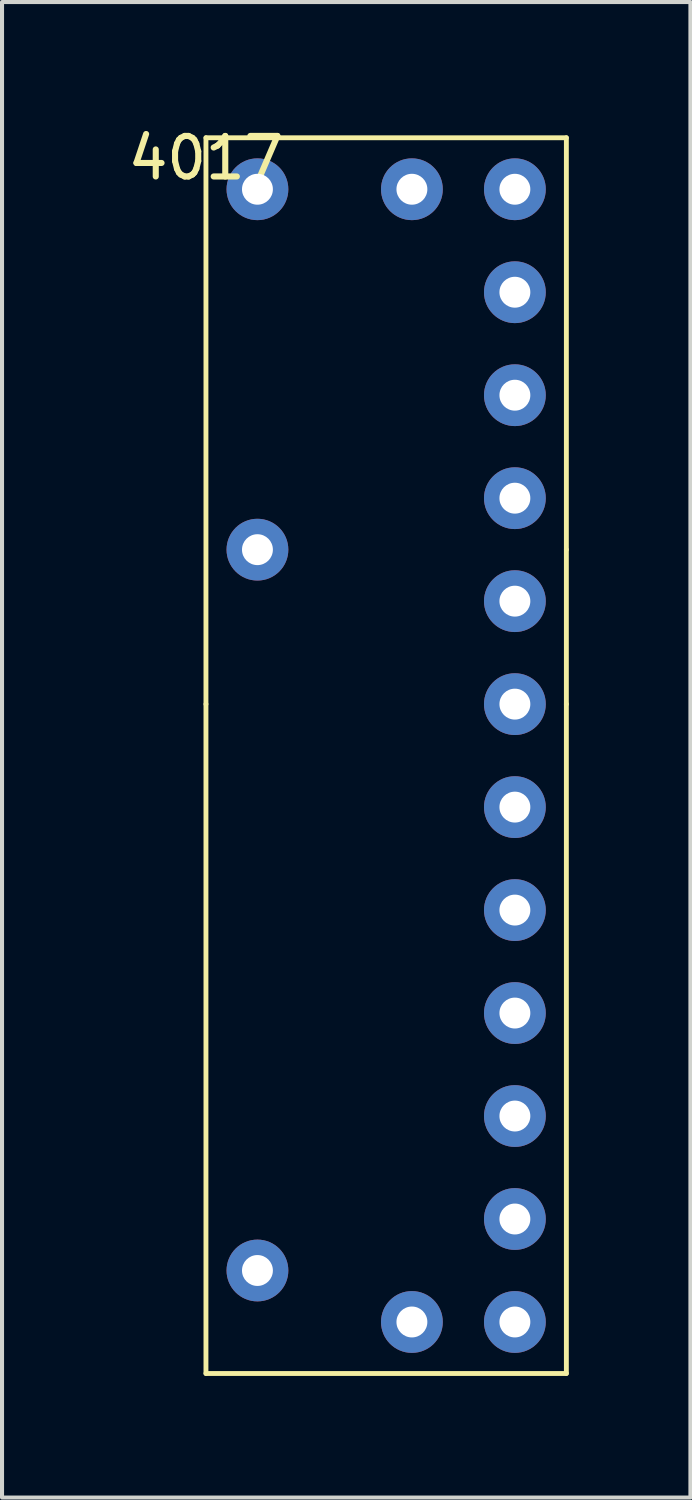
<source format=kicad_pcb>
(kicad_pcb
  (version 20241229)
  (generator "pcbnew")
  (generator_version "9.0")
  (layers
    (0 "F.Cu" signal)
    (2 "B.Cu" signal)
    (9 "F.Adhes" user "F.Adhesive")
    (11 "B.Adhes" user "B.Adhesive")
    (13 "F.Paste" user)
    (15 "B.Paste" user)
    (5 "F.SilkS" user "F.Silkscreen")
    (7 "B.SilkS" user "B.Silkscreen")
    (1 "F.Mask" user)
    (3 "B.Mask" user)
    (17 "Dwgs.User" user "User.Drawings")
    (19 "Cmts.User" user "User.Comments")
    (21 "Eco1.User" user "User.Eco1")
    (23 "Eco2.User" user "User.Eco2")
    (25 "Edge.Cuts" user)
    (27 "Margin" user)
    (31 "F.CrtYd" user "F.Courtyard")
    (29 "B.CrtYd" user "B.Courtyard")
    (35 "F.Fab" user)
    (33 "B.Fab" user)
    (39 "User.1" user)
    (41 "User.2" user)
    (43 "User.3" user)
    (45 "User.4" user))
  (footprint "4017"
    (layer "F.Cu")
    (at 2.03 0.348)
    (property "Reference" "4017" (at 0 0.5 0) (layer "F.SilkS") (effects (font (size 1 1) (thickness 0.15))))
    (attr through_hole)
    (fp_line (start 0 0) (end 8.89 0) (stroke (width 0.12) (type solid)) (layer "F.SilkS"))
    (fp_line (start 0 13.97) (end 0 0) (stroke (width 0.12) (type solid)) (layer "F.SilkS"))
    (fp_line (start 0 30.48) (end 0 13.97) (stroke (width 0.12) (type solid)) (layer "F.SilkS"))
    (fp_line (start 8.89 0) (end 8.89 10.16) (stroke (width 0.12) (type solid)) (layer "F.SilkS"))
    (fp_line (start 8.89 10.16) (end 8.89 13.97) (stroke (width 0.12) (type solid)) (layer "F.SilkS"))
    (fp_line (start 8.89 13.97) (end 8.89 30.48) (stroke (width 0.12) (type solid)) (layer "F.SilkS"))
    (fp_line (start 8.89 30.48) (end 0 30.48) (stroke (width 0.12) (type solid)) (layer "F.SilkS"))
    (pad "1" thru_hole circle (at 7.62 1.27) (size 1.524 1.524) (drill 0.762) (layers "*.Cu" "*.Mask"))
    (pad "2" thru_hole circle (at 7.62 3.81) (size 1.524 1.524) (drill 0.762) (layers "*.Cu" "*.Mask"))
    (pad "3" thru_hole circle (at 7.62 6.35) (size 1.524 1.524) (drill 0.762) (layers "*.Cu" "*.Mask"))
    (pad "4" thru_hole circle (at 7.62 8.89) (size 1.524 1.524) (drill 0.762) (layers "*.Cu" "*.Mask"))
    (pad "5" thru_hole circle (at 7.62 11.43) (size 1.524 1.524) (drill 0.762) (layers "*.Cu" "*.Mask"))
    (pad "6" thru_hole circle (at 7.62 13.97) (size 1.524 1.524) (drill 0.762) (layers "*.Cu" "*.Mask"))
    (pad "7" thru_hole circle (at 7.62 16.51) (size 1.524 1.524) (drill 0.762) (layers "*.Cu" "*.Mask"))
    (pad "8" thru_hole circle (at 7.62 19.05) (size 1.524 1.524) (drill 0.762) (layers "*.Cu" "*.Mask"))
    (pad "9" thru_hole circle (at 7.62 21.59) (size 1.524 1.524) (drill 0.762) (layers "*.Cu" "*.Mask"))
    (pad "10" thru_hole circle (at 7.62 24.13) (size 1.524 1.524) (drill 0.762) (layers "*.Cu" "*.Mask"))
    (pad "11" thru_hole circle (at 7.62 26.67) (size 1.524 1.524) (drill 0.762) (layers "*.Cu" "*.Mask"))
    (pad "12" thru_hole circle (at 7.62 29.21) (size 1.524 1.524) (drill 0.762) (layers "*.Cu" "*.Mask"))
    (pad "13" thru_hole circle (at 1.27 1.27) (size 1.524 1.524) (drill 0.762) (layers "*.Cu" "*.Mask"))
    (pad "14" thru_hole circle (at 1.27 10.16) (size 1.524 1.524) (drill 0.762) (layers "*.Cu" "*.Mask"))
    (pad "15" thru_hole circle (at 1.27 27.94) (size 1.524 1.524) (drill 0.762) (layers "*.Cu" "*.Mask"))
    (pad "16" thru_hole circle (at 5.08 1.27) (size 1.524 1.524) (drill 0.762) (layers "*.Cu" "*.Mask"))
    (pad "17" thru_hole circle (at 5.08 29.21) (size 1.524 1.524) (drill 0.762) (layers "*.Cu" "*.Mask")))
  (gr_rect
    (start -3 -3)
    (end 13.98 33.888)
    (stroke (width 0.1) (type default))
    (fill no)
    (layer "Edge.Cuts")))
</source>
